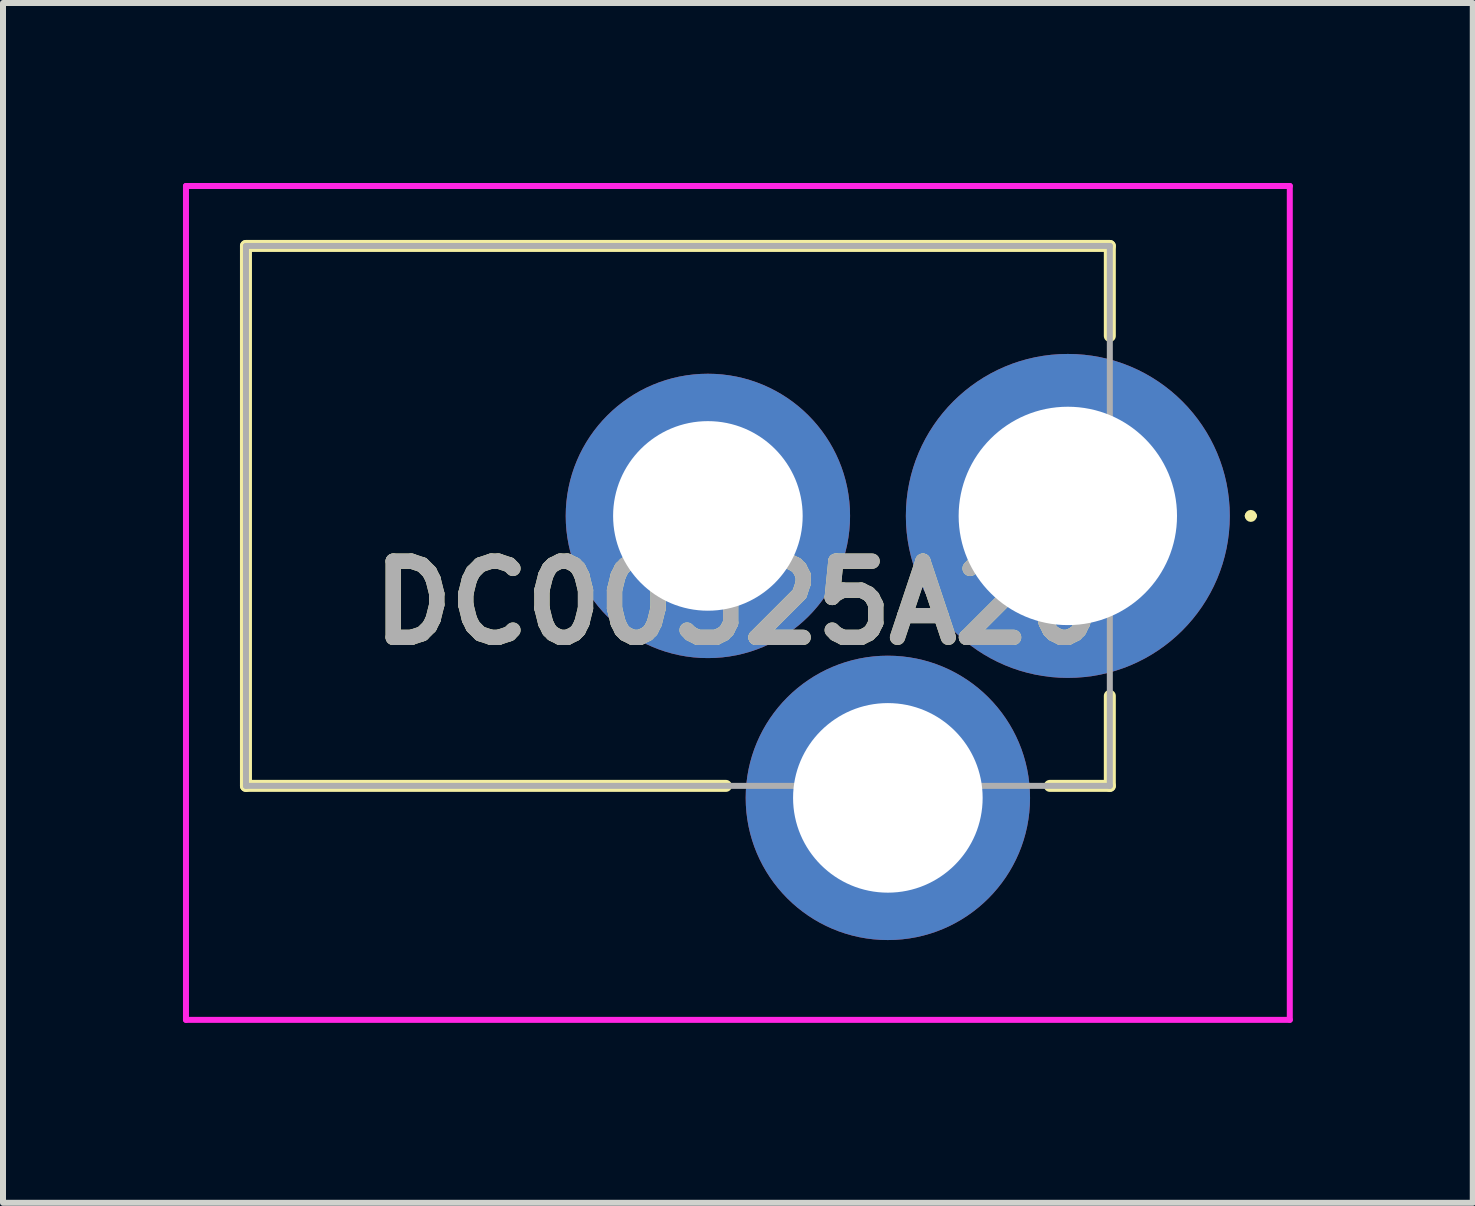
<source format=kicad_pcb>
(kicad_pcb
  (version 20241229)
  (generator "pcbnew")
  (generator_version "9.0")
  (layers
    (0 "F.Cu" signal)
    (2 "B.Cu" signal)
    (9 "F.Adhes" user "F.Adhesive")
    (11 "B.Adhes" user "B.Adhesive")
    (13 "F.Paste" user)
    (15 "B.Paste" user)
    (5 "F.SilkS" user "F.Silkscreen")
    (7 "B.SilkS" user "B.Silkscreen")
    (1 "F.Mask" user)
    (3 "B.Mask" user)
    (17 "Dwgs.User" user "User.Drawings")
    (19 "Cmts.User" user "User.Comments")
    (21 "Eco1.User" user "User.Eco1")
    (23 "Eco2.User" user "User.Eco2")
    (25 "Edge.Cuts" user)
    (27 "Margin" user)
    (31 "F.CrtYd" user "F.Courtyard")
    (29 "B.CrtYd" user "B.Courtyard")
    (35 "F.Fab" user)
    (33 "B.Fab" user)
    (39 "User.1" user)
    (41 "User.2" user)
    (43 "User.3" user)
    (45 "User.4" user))
  (footprint "DC00525A20"
    (layer "F.Cu")
    (at 14.75 5.55)
    (property "Reference" "DC00525A20" (at -5.5 1.45 0) (layer "F.SilkS") (effects (font (size 1.27 1.27) (thickness 0.254))))
    (attr through_hole)
    (fp_line (start -13.7 -4.5) (end 0.7 -4.5) (stroke (width 0.2) (type solid)) (layer "F.SilkS"))
    (fp_line (start -13.7 4.5) (end -13.7 -4.5) (stroke (width 0.2) (type solid)) (layer "F.SilkS"))
    (fp_line (start -5.7 4.5) (end -13.7 4.5) (stroke (width 0.2) (type solid)) (layer "F.SilkS"))
    (fp_line (start 0.7 -4.5) (end 0.7 -3) (stroke (width 0.2) (type solid)) (layer "F.SilkS"))
    (fp_line (start 0.7 3) (end 0.7 4.5) (stroke (width 0.2) (type solid)) (layer "F.SilkS"))
    (fp_line (start 0.7 4.5) (end -0.3 4.5) (stroke (width 0.2) (type solid)) (layer "F.SilkS"))
    (fp_line (start 3 0) (end 3 0) (stroke (width 0.1) (type solid)) (layer "F.SilkS"))
    (fp_line (start 3.1 0) (end 3.1 0) (stroke (width 0.1) (type solid)) (layer "F.SilkS"))
    (fp_arc (start 3 0) (mid 3.05 -0.05) (end 3.1 0) (stroke (width 0.1) (type solid)) (layer "F.SilkS"))
    (fp_arc (start 3.1 0) (mid 3.05 0.05) (end 3 0) (stroke (width 0.1) (type solid)) (layer "F.SilkS"))
    (fp_line (start -14.7 -5.5) (end -14.7 8.4) (stroke (width 0.1) (type solid)) (layer "F.CrtYd"))
    (fp_line (start -14.7 8.4) (end 3.7 8.4) (stroke (width 0.1) (type solid)) (layer "F.CrtYd"))
    (fp_line (start 3.7 -5.5) (end -14.7 -5.5) (stroke (width 0.1) (type solid)) (layer "F.CrtYd"))
    (fp_line (start 3.7 8.4) (end 3.7 -5.5) (stroke (width 0.1) (type solid)) (layer "F.CrtYd"))
    (fp_line (start -13.7 -4.5) (end 0.7 -4.5) (stroke (width 0.1) (type solid)) (layer "F.Fab"))
    (fp_line (start -13.7 4.5) (end -13.7 -4.5) (stroke (width 0.1) (type solid)) (layer "F.Fab"))
    (fp_line (start 0.7 -4.5) (end 0.7 4.5) (stroke (width 0.1) (type solid)) (layer "F.Fab"))
    (fp_line (start 0.7 4.5) (end -13.7 4.5) (stroke (width 0.1) (type solid)) (layer "F.Fab"))
    (fp_text user "${REFERENCE}" (at -5.5 1.45 0) (layer "F.Fab") (effects (font (size 1.27 1.27) (thickness 0.254))))
    (pad "1" thru_hole circle (at 0 0) (size 5.4 5.4) (drill 3.64) (layers "*.Cu" "*.Mask"))
    (pad "2" thru_hole circle (at -6 0) (size 4.74 4.74) (drill 3.16) (layers "*.Cu" "*.Mask"))
    (pad "3" thru_hole circle (at -3 4.7) (size 4.74 4.74) (drill 3.16) (layers "*.Cu" "*.Mask")))
  (gr_rect
    (start -3 -3)
    (end 21.5 17)
    (stroke (width 0.1) (type default))
    (fill no)
    (layer "Edge.Cuts")))
</source>
